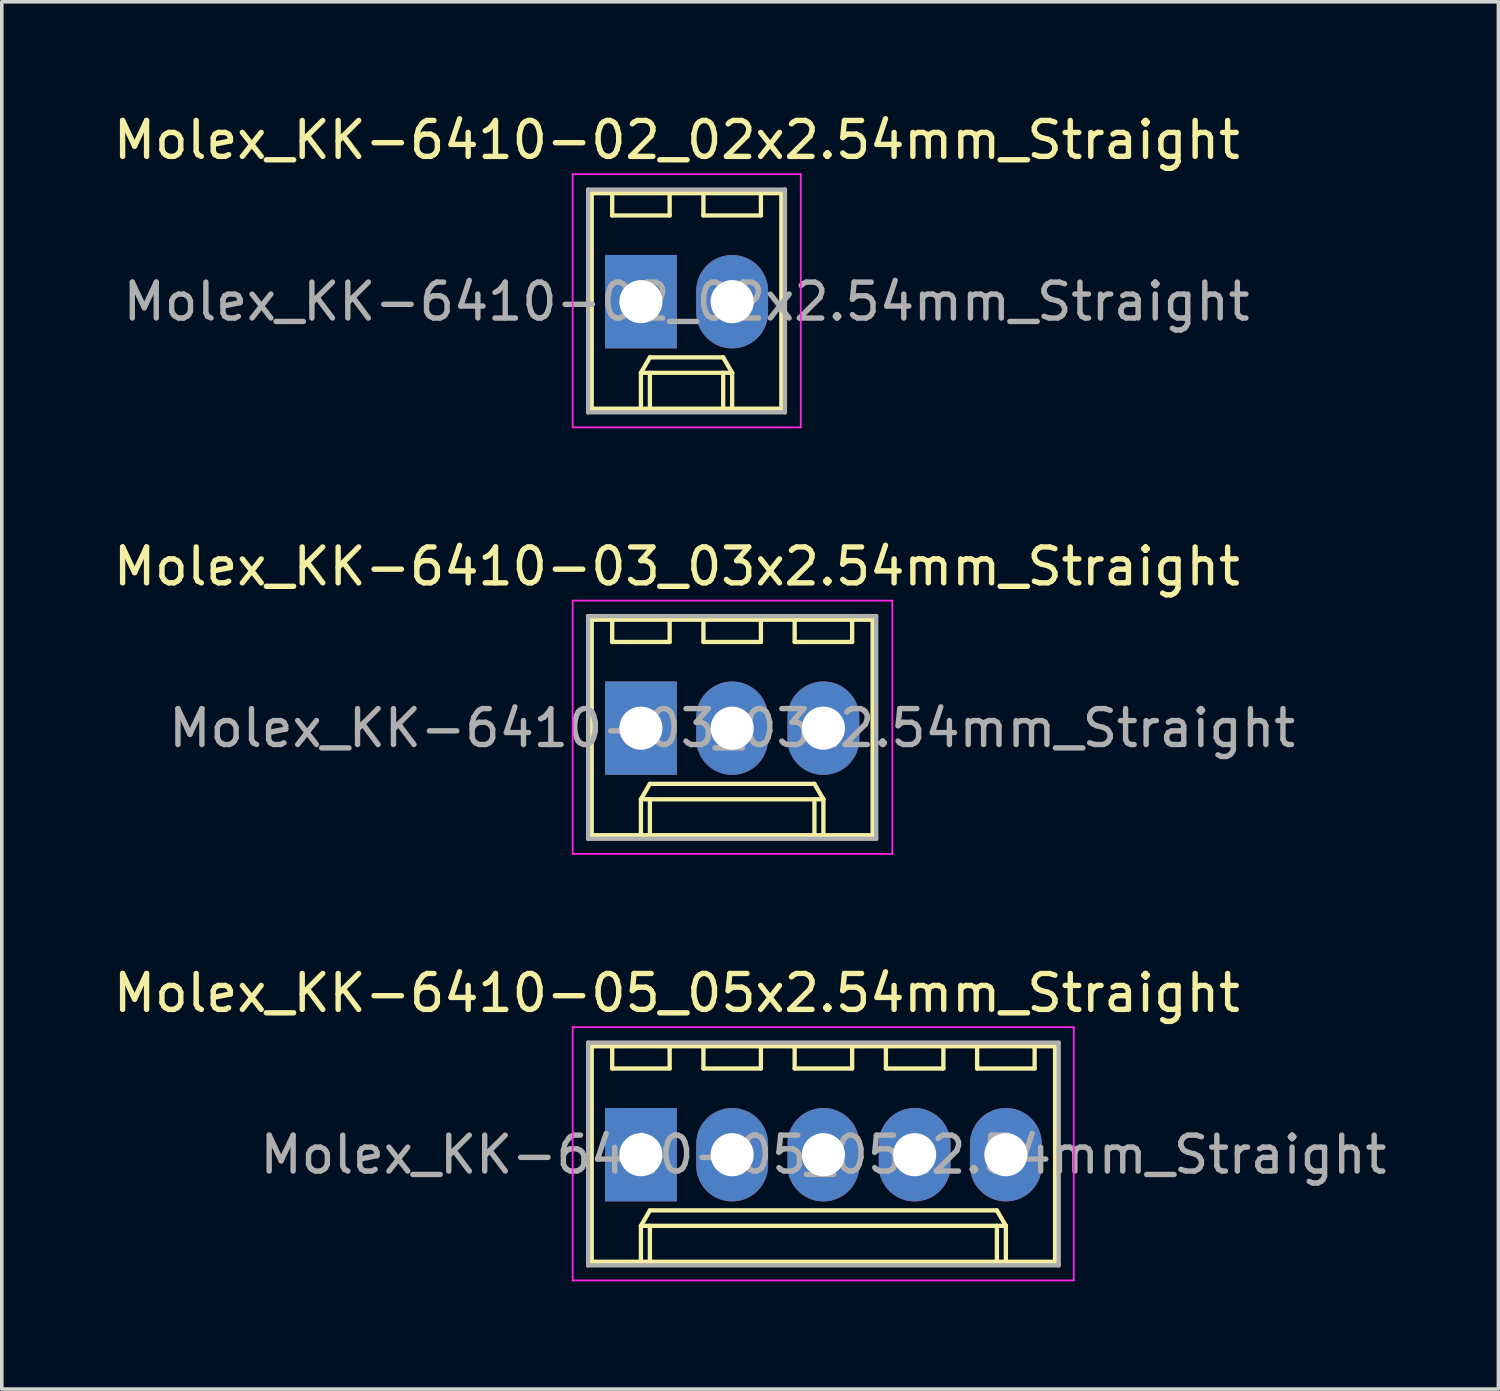
<source format=kicad_pcb>
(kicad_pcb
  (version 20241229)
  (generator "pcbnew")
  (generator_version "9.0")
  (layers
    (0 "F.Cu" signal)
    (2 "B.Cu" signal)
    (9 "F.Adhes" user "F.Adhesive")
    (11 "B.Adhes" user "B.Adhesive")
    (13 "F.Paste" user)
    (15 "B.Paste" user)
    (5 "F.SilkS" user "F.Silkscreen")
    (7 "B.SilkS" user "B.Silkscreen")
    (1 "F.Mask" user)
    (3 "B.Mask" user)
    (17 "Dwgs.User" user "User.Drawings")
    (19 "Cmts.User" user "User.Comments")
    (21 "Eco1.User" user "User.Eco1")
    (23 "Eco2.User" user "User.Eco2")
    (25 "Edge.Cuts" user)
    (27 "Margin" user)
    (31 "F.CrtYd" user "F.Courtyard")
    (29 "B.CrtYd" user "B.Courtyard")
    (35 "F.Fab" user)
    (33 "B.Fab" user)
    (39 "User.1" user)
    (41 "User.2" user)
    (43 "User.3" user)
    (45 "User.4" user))
  (footprint "Molex_KK-6410-05_05x2.54mm_Straight"
    (layer "F.Cu")
    (at 14.792 29.095)
    (property "Reference" "Molex_KK-6410-05_05x2.54mm_Straight" (at 1 -4.5 0) (layer "F.SilkS") (effects (font (size 1 1) (thickness 0.15))))
    (attr through_hole)
    (fp_line (start -1.37 -3.02) (end -1.37 2.98) (stroke (width 0.12) (type solid)) (layer "F.SilkS"))
    (fp_line (start -1.37 2.98) (end 11.53 2.98) (stroke (width 0.12) (type solid)) (layer "F.SilkS"))
    (fp_line (start -0.8 -3.02) (end -0.8 -2.4) (stroke (width 0.12) (type solid)) (layer "F.SilkS"))
    (fp_line (start -0.8 -2.4) (end 0.8 -2.4) (stroke (width 0.12) (type solid)) (layer "F.SilkS"))
    (fp_line (start 0 1.98) (end 0.25 1.55) (stroke (width 0.12) (type solid)) (layer "F.SilkS"))
    (fp_line (start 0 1.98) (end 10.16 1.98) (stroke (width 0.12) (type solid)) (layer "F.SilkS"))
    (fp_line (start 0 2.98) (end 0 1.98) (stroke (width 0.12) (type solid)) (layer "F.SilkS"))
    (fp_line (start 0.25 1.55) (end 9.91 1.55) (stroke (width 0.12) (type solid)) (layer "F.SilkS"))
    (fp_line (start 0.25 2.98) (end 0.25 1.98) (stroke (width 0.12) (type solid)) (layer "F.SilkS"))
    (fp_line (start 0.8 -2.4) (end 0.8 -3.02) (stroke (width 0.12) (type solid)) (layer "F.SilkS"))
    (fp_line (start 1.74 -3.02) (end 1.74 -2.4) (stroke (width 0.12) (type solid)) (layer "F.SilkS"))
    (fp_line (start 1.74 -2.4) (end 3.34 -2.4) (stroke (width 0.12) (type solid)) (layer "F.SilkS"))
    (fp_line (start 3.34 -2.4) (end 3.34 -3.02) (stroke (width 0.12) (type solid)) (layer "F.SilkS"))
    (fp_line (start 4.28 -3.02) (end 4.28 -2.4) (stroke (width 0.12) (type solid)) (layer "F.SilkS"))
    (fp_line (start 4.28 -2.4) (end 5.88 -2.4) (stroke (width 0.12) (type solid)) (layer "F.SilkS"))
    (fp_line (start 5.88 -2.4) (end 5.88 -3.02) (stroke (width 0.12) (type solid)) (layer "F.SilkS"))
    (fp_line (start 6.82 -3.02) (end 6.82 -2.4) (stroke (width 0.12) (type solid)) (layer "F.SilkS"))
    (fp_line (start 6.82 -2.4) (end 8.42 -2.4) (stroke (width 0.12) (type solid)) (layer "F.SilkS"))
    (fp_line (start 8.42 -2.4) (end 8.42 -3.02) (stroke (width 0.12) (type solid)) (layer "F.SilkS"))
    (fp_line (start 9.36 -3.02) (end 9.36 -2.4) (stroke (width 0.12) (type solid)) (layer "F.SilkS"))
    (fp_line (start 9.36 -2.4) (end 10.96 -2.4) (stroke (width 0.12) (type solid)) (layer "F.SilkS"))
    (fp_line (start 9.91 1.55) (end 10.16 1.98) (stroke (width 0.12) (type solid)) (layer "F.SilkS"))
    (fp_line (start 9.91 2.98) (end 9.91 1.98) (stroke (width 0.12) (type solid)) (layer "F.SilkS"))
    (fp_line (start 10.16 1.98) (end 10.16 2.98) (stroke (width 0.12) (type solid)) (layer "F.SilkS"))
    (fp_line (start 10.96 -2.4) (end 10.96 -3.02) (stroke (width 0.12) (type solid)) (layer "F.SilkS"))
    (fp_line (start 11.53 -3.02) (end -1.37 -3.02) (stroke (width 0.12) (type solid)) (layer "F.SilkS"))
    (fp_line (start 11.53 2.98) (end 11.53 -3.02) (stroke (width 0.12) (type solid)) (layer "F.SilkS"))
    (fp_line (start -1.9 -3.55) (end 12.05 -3.55) (stroke (width 0.05) (type solid)) (layer "F.CrtYd"))
    (fp_line (start -1.9 3.5) (end -1.9 -3.55) (stroke (width 0.05) (type solid)) (layer "F.CrtYd"))
    (fp_line (start 12.05 -3.55) (end 12.05 3.5) (stroke (width 0.05) (type solid)) (layer "F.CrtYd"))
    (fp_line (start 12.05 3.5) (end -1.9 3.5) (stroke (width 0.05) (type solid)) (layer "F.CrtYd"))
    (fp_line (start -1.47 -3.12) (end -1.47 3.08) (stroke (width 0.12) (type solid)) (layer "F.Fab"))
    (fp_line (start -1.47 3.08) (end 11.63 3.08) (stroke (width 0.12) (type solid)) (layer "F.Fab"))
    (fp_line (start 11.63 -3.12) (end -1.47 -3.12) (stroke (width 0.12) (type solid)) (layer "F.Fab"))
    (fp_line (start 11.63 3.08) (end 11.63 -3.12) (stroke (width 0.12) (type solid)) (layer "F.Fab"))
    (fp_text user "${REFERENCE}" (at 5.08 0 0) (layer "F.Fab") (effects (font (size 1 1) (thickness 0.15))))
    (pad "1" thru_hole rect (at 0 0) (size 2 2.6) (drill 1.2) (layers "*.Cu" "*.Mask"))
    (pad "2" thru_hole oval (at 2.54 0) (size 2 2.6) (drill 1.2) (layers "*.Cu" "*.Mask"))
    (pad "3" thru_hole oval (at 5.08 0) (size 2 2.6) (drill 1.2) (layers "*.Cu" "*.Mask"))
    (pad "4" thru_hole oval (at 7.62 0) (size 2 2.6) (drill 1.2) (layers "*.Cu" "*.Mask"))
    (pad "5" thru_hole oval (at 10.16 0) (size 2 2.6) (drill 1.2) (layers "*.Cu" "*.Mask")))
  (footprint "Molex_KK-6410-03_03x2.54mm_Straight"
    (layer "F.Cu")
    (at 14.792 17.221)
    (property "Reference" "Molex_KK-6410-03_03x2.54mm_Straight" (at 1 -4.5 0) (layer "F.SilkS") (effects (font (size 1 1) (thickness 0.15))))
    (attr through_hole)
    (fp_line (start -1.37 -3.02) (end -1.37 2.98) (stroke (width 0.12) (type solid)) (layer "F.SilkS"))
    (fp_line (start -1.37 2.98) (end 6.45 2.98) (stroke (width 0.12) (type solid)) (layer "F.SilkS"))
    (fp_line (start -0.8 -3.02) (end -0.8 -2.4) (stroke (width 0.12) (type solid)) (layer "F.SilkS"))
    (fp_line (start -0.8 -2.4) (end 0.8 -2.4) (stroke (width 0.12) (type solid)) (layer "F.SilkS"))
    (fp_line (start 0 1.98) (end 0.25 1.55) (stroke (width 0.12) (type solid)) (layer "F.SilkS"))
    (fp_line (start 0 1.98) (end 5.08 1.98) (stroke (width 0.12) (type solid)) (layer "F.SilkS"))
    (fp_line (start 0 2.98) (end 0 1.98) (stroke (width 0.12) (type solid)) (layer "F.SilkS"))
    (fp_line (start 0.25 1.55) (end 4.83 1.55) (stroke (width 0.12) (type solid)) (layer "F.SilkS"))
    (fp_line (start 0.25 2.98) (end 0.25 1.98) (stroke (width 0.12) (type solid)) (layer "F.SilkS"))
    (fp_line (start 0.8 -2.4) (end 0.8 -3.02) (stroke (width 0.12) (type solid)) (layer "F.SilkS"))
    (fp_line (start 1.74 -3.02) (end 1.74 -2.4) (stroke (width 0.12) (type solid)) (layer "F.SilkS"))
    (fp_line (start 1.74 -2.4) (end 3.34 -2.4) (stroke (width 0.12) (type solid)) (layer "F.SilkS"))
    (fp_line (start 3.34 -2.4) (end 3.34 -3.02) (stroke (width 0.12) (type solid)) (layer "F.SilkS"))
    (fp_line (start 4.28 -3.02) (end 4.28 -2.4) (stroke (width 0.12) (type solid)) (layer "F.SilkS"))
    (fp_line (start 4.28 -2.4) (end 5.88 -2.4) (stroke (width 0.12) (type solid)) (layer "F.SilkS"))
    (fp_line (start 4.83 1.55) (end 5.08 1.98) (stroke (width 0.12) (type solid)) (layer "F.SilkS"))
    (fp_line (start 4.83 2.98) (end 4.83 1.98) (stroke (width 0.12) (type solid)) (layer "F.SilkS"))
    (fp_line (start 5.08 1.98) (end 5.08 2.98) (stroke (width 0.12) (type solid)) (layer "F.SilkS"))
    (fp_line (start 5.88 -2.4) (end 5.88 -3.02) (stroke (width 0.12) (type solid)) (layer "F.SilkS"))
    (fp_line (start 6.45 -3.02) (end -1.37 -3.02) (stroke (width 0.12) (type solid)) (layer "F.SilkS"))
    (fp_line (start 6.45 2.98) (end 6.45 -3.02) (stroke (width 0.12) (type solid)) (layer "F.SilkS"))
    (fp_line (start -1.9 -3.55) (end 7 -3.55) (stroke (width 0.05) (type solid)) (layer "F.CrtYd"))
    (fp_line (start -1.9 3.5) (end -1.9 -3.55) (stroke (width 0.05) (type solid)) (layer "F.CrtYd"))
    (fp_line (start 7 -3.55) (end 7 3.5) (stroke (width 0.05) (type solid)) (layer "F.CrtYd"))
    (fp_line (start 7 3.5) (end -1.9 3.5) (stroke (width 0.05) (type solid)) (layer "F.CrtYd"))
    (fp_line (start -1.47 -3.12) (end -1.47 3.08) (stroke (width 0.12) (type solid)) (layer "F.Fab"))
    (fp_line (start -1.47 3.08) (end 6.55 3.08) (stroke (width 0.12) (type solid)) (layer "F.Fab"))
    (fp_line (start 6.55 -3.12) (end -1.47 -3.12) (stroke (width 0.12) (type solid)) (layer "F.Fab"))
    (fp_line (start 6.55 3.08) (end 6.55 -3.12) (stroke (width 0.12) (type solid)) (layer "F.Fab"))
    (fp_text user "${REFERENCE}" (at 2.54 0 0) (layer "F.Fab") (effects (font (size 1 1) (thickness 0.15))))
    (pad "1" thru_hole rect (at 0 0) (size 2 2.6) (drill 1.2) (layers "*.Cu" "*.Mask"))
    (pad "2" thru_hole oval (at 2.54 0) (size 2 2.6) (drill 1.2) (layers "*.Cu" "*.Mask"))
    (pad "3" thru_hole oval (at 5.08 0) (size 2 2.6) (drill 1.2) (layers "*.Cu" "*.Mask")))
  (footprint "Molex_KK-6410-02_02x2.54mm_Straight"
    (layer "F.Cu")
    (at 14.792 5.348)
    (property "Reference" "Molex_KK-6410-02_02x2.54mm_Straight" (at 1 -4.5 0) (layer "F.SilkS") (effects (font (size 1 1) (thickness 0.15))))
    (attr through_hole)
    (fp_line (start -1.37 -3.02) (end -1.37 2.98) (stroke (width 0.12) (type solid)) (layer "F.SilkS"))
    (fp_line (start -1.37 2.98) (end 3.91 2.98) (stroke (width 0.12) (type solid)) (layer "F.SilkS"))
    (fp_line (start -0.8 -3.02) (end -0.8 -2.4) (stroke (width 0.12) (type solid)) (layer "F.SilkS"))
    (fp_line (start -0.8 -2.4) (end 0.8 -2.4) (stroke (width 0.12) (type solid)) (layer "F.SilkS"))
    (fp_line (start 0 1.98) (end 0.25 1.55) (stroke (width 0.12) (type solid)) (layer "F.SilkS"))
    (fp_line (start 0 1.98) (end 2.54 1.98) (stroke (width 0.12) (type solid)) (layer "F.SilkS"))
    (fp_line (start 0 2.98) (end 0 1.98) (stroke (width 0.12) (type solid)) (layer "F.SilkS"))
    (fp_line (start 0.25 1.55) (end 2.29 1.55) (stroke (width 0.12) (type solid)) (layer "F.SilkS"))
    (fp_line (start 0.25 2.98) (end 0.25 1.98) (stroke (width 0.12) (type solid)) (layer "F.SilkS"))
    (fp_line (start 0.8 -2.4) (end 0.8 -3.02) (stroke (width 0.12) (type solid)) (layer "F.SilkS"))
    (fp_line (start 1.74 -3.02) (end 1.74 -2.4) (stroke (width 0.12) (type solid)) (layer "F.SilkS"))
    (fp_line (start 1.74 -2.4) (end 3.34 -2.4) (stroke (width 0.12) (type solid)) (layer "F.SilkS"))
    (fp_line (start 2.29 1.55) (end 2.54 1.98) (stroke (width 0.12) (type solid)) (layer "F.SilkS"))
    (fp_line (start 2.29 2.98) (end 2.29 1.98) (stroke (width 0.12) (type solid)) (layer "F.SilkS"))
    (fp_line (start 2.54 1.98) (end 2.54 2.98) (stroke (width 0.12) (type solid)) (layer "F.SilkS"))
    (fp_line (start 3.34 -2.4) (end 3.34 -3.02) (stroke (width 0.12) (type solid)) (layer "F.SilkS"))
    (fp_line (start 3.91 -3.02) (end -1.37 -3.02) (stroke (width 0.12) (type solid)) (layer "F.SilkS"))
    (fp_line (start 3.91 2.98) (end 3.91 -3.02) (stroke (width 0.12) (type solid)) (layer "F.SilkS"))
    (fp_line (start -1.9 -3.55) (end 4.45 -3.55) (stroke (width 0.05) (type solid)) (layer "F.CrtYd"))
    (fp_line (start -1.9 3.5) (end -1.9 -3.55) (stroke (width 0.05) (type solid)) (layer "F.CrtYd"))
    (fp_line (start 4.45 -3.55) (end 4.45 3.5) (stroke (width 0.05) (type solid)) (layer "F.CrtYd"))
    (fp_line (start 4.45 3.5) (end -1.9 3.5) (stroke (width 0.05) (type solid)) (layer "F.CrtYd"))
    (fp_line (start -1.47 -3.12) (end -1.47 3.08) (stroke (width 0.12) (type solid)) (layer "F.Fab"))
    (fp_line (start -1.47 3.08) (end 4.01 3.08) (stroke (width 0.12) (type solid)) (layer "F.Fab"))
    (fp_line (start 4.01 -3.12) (end -1.47 -3.12) (stroke (width 0.12) (type solid)) (layer "F.Fab"))
    (fp_line (start 4.01 3.08) (end 4.01 -3.12) (stroke (width 0.12) (type solid)) (layer "F.Fab"))
    (fp_text user "${REFERENCE}" (at 1.27 0 0) (layer "F.Fab") (effects (font (size 1 1) (thickness 0.15))))
    (pad "1" thru_hole rect (at 0 0) (size 2 2.6) (drill 1.2) (layers "*.Cu" "*.Mask"))
    (pad "2" thru_hole oval (at 2.54 0) (size 2 2.6) (drill 1.2) (layers "*.Cu" "*.Mask")))
  (gr_rect
    (start -3 -3)
    (end 38.663 35.62)
    (stroke (width 0.1) (type default))
    (fill no)
    (layer "Edge.Cuts")))
</source>
